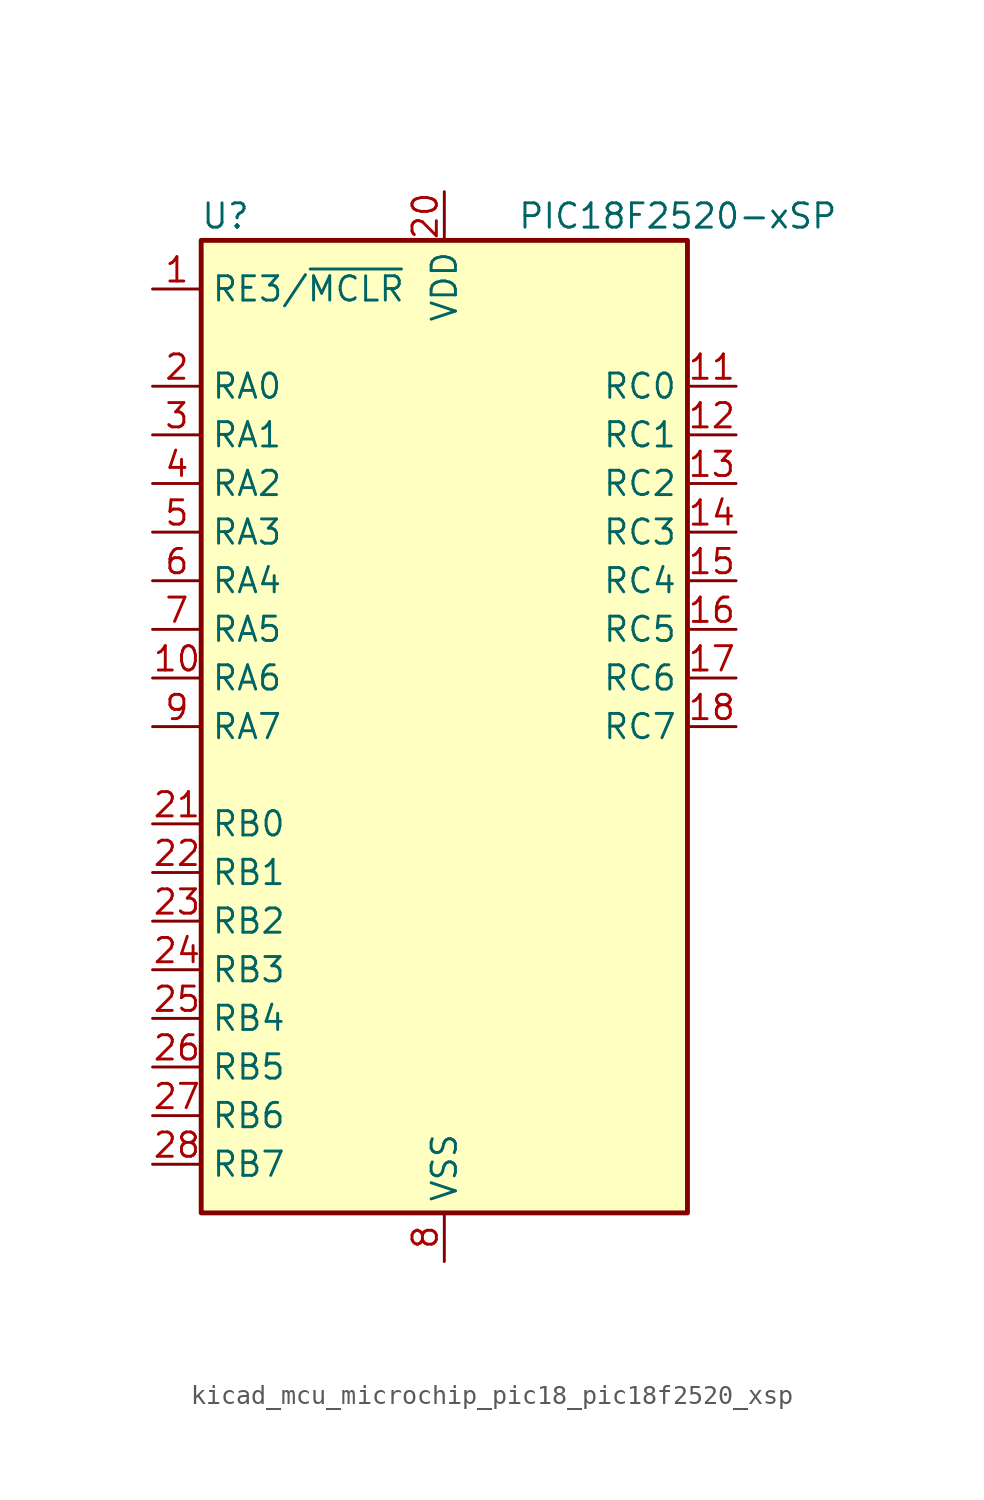
<source format=kicad_sym>
(kicad_symbol_lib
  (version 20220914)
  (generator kicad_symbol_editor)
  (symbol "kicad_mcu_microchip_pic18_pic18f2520_xsp"
    (property "Reference" "U"
      (at -11.43 26.67 0)
      (effects (font (size 1.27 1.27))))
    (property "Value" "PIC18F2520-xSP"
      (at 3.81 26.67 0)
      (effects (font (size 1.27 1.27)) (justify left)))
    (symbol "kicad_mcu_microchip_pic18_pic18f2520_xsp_0_1"
      (rectangle (start -12.7 25.4) (end 12.7 -25.4) (stroke (width 0.254) (type default)) (fill (type background))))
    (symbol "kicad_mcu_microchip_pic18_pic18f2520_xsp_1_1"
      (pin input line (at -15.24 22.86 0) (length 2.54) (name "RE3/~{MCLR}" (effects (font (size 1.27 1.27)))) (number "1" (effects (font (size 1.27 1.27)))))
      (pin bidirectional line (at -15.24 2.54 0) (length 2.54) (name "RA6" (effects (font (size 1.27 1.27)))) (number "10" (effects (font (size 1.27 1.27)))))
      (pin bidirectional line (at 15.24 17.78 180) (length 2.54) (name "RC0" (effects (font (size 1.27 1.27)))) (number "11" (effects (font (size 1.27 1.27)))))
      (pin bidirectional line (at 15.24 15.24 180) (length 2.54) (name "RC1" (effects (font (size 1.27 1.27)))) (number "12" (effects (font (size 1.27 1.27)))))
      (pin bidirectional line (at 15.24 12.7 180) (length 2.54) (name "RC2" (effects (font (size 1.27 1.27)))) (number "13" (effects (font (size 1.27 1.27)))))
      (pin bidirectional line (at 15.24 10.16 180) (length 2.54) (name "RC3" (effects (font (size 1.27 1.27)))) (number "14" (effects (font (size 1.27 1.27)))))
      (pin bidirectional line (at 15.24 7.62 180) (length 2.54) (name "RC4" (effects (font (size 1.27 1.27)))) (number "15" (effects (font (size 1.27 1.27)))))
      (pin bidirectional line (at 15.24 5.08 180) (length 2.54) (name "RC5" (effects (font (size 1.27 1.27)))) (number "16" (effects (font (size 1.27 1.27)))))
      (pin bidirectional line (at 15.24 2.54 180) (length 2.54) (name "RC6" (effects (font (size 1.27 1.27)))) (number "17" (effects (font (size 1.27 1.27)))))
      (pin bidirectional line (at 15.24 0 180) (length 2.54) (name "RC7" (effects (font (size 1.27 1.27)))) (number "18" (effects (font (size 1.27 1.27)))))
      (pin passive line (at 0 -27.94 90) (length 2.54) hide (name "VSS" (effects (font (size 1.27 1.27)))) (number "19" (effects (font (size 1.27 1.27)))))
      (pin bidirectional line (at -15.24 17.78 0) (length 2.54) (name "RA0" (effects (font (size 1.27 1.27)))) (number "2" (effects (font (size 1.27 1.27)))))
      (pin power_in line (at 0 27.94 270) (length 2.54) (name "VDD" (effects (font (size 1.27 1.27)))) (number "20" (effects (font (size 1.27 1.27)))))
      (pin bidirectional line (at -15.24 -5.08 0) (length 2.54) (name "RB0" (effects (font (size 1.27 1.27)))) (number "21" (effects (font (size 1.27 1.27)))))
      (pin bidirectional line (at -15.24 -7.62 0) (length 2.54) (name "RB1" (effects (font (size 1.27 1.27)))) (number "22" (effects (font (size 1.27 1.27)))))
      (pin bidirectional line (at -15.24 -10.16 0) (length 2.54) (name "RB2" (effects (font (size 1.27 1.27)))) (number "23" (effects (font (size 1.27 1.27)))))
      (pin bidirectional line (at -15.24 -12.7 0) (length 2.54) (name "RB3" (effects (font (size 1.27 1.27)))) (number "24" (effects (font (size 1.27 1.27)))))
      (pin bidirectional line (at -15.24 -15.24 0) (length 2.54) (name "RB4" (effects (font (size 1.27 1.27)))) (number "25" (effects (font (size 1.27 1.27)))))
      (pin bidirectional line (at -15.24 -17.78 0) (length 2.54) (name "RB5" (effects (font (size 1.27 1.27)))) (number "26" (effects (font (size 1.27 1.27)))))
      (pin bidirectional line (at -15.24 -20.32 0) (length 2.54) (name "RB6" (effects (font (size 1.27 1.27)))) (number "27" (effects (font (size 1.27 1.27)))))
      (pin bidirectional line (at -15.24 -22.86 0) (length 2.54) (name "RB7" (effects (font (size 1.27 1.27)))) (number "28" (effects (font (size 1.27 1.27)))))
      (pin bidirectional line (at -15.24 15.24 0) (length 2.54) (name "RA1" (effects (font (size 1.27 1.27)))) (number "3" (effects (font (size 1.27 1.27)))))
      (pin bidirectional line (at -15.24 12.7 0) (length 2.54) (name "RA2" (effects (font (size 1.27 1.27)))) (number "4" (effects (font (size 1.27 1.27)))))
      (pin bidirectional line (at -15.24 10.16 0) (length 2.54) (name "RA3" (effects (font (size 1.27 1.27)))) (number "5" (effects (font (size 1.27 1.27)))))
      (pin bidirectional line (at -15.24 7.62 0) (length 2.54) (name "RA4" (effects (font (size 1.27 1.27)))) (number "6" (effects (font (size 1.27 1.27)))))
      (pin bidirectional line (at -15.24 5.08 0) (length 2.54) (name "RA5" (effects (font (size 1.27 1.27)))) (number "7" (effects (font (size 1.27 1.27)))))
      (pin power_in line (at 0 -27.94 90) (length 2.54) (name "VSS" (effects (font (size 1.27 1.27)))) (number "8" (effects (font (size 1.27 1.27)))))
      (pin bidirectional line (at -15.24 0 0) (length 2.54) (name "RA7" (effects (font (size 1.27 1.27)))) (number "9" (effects (font (size 1.27 1.27))))))))
</source>
